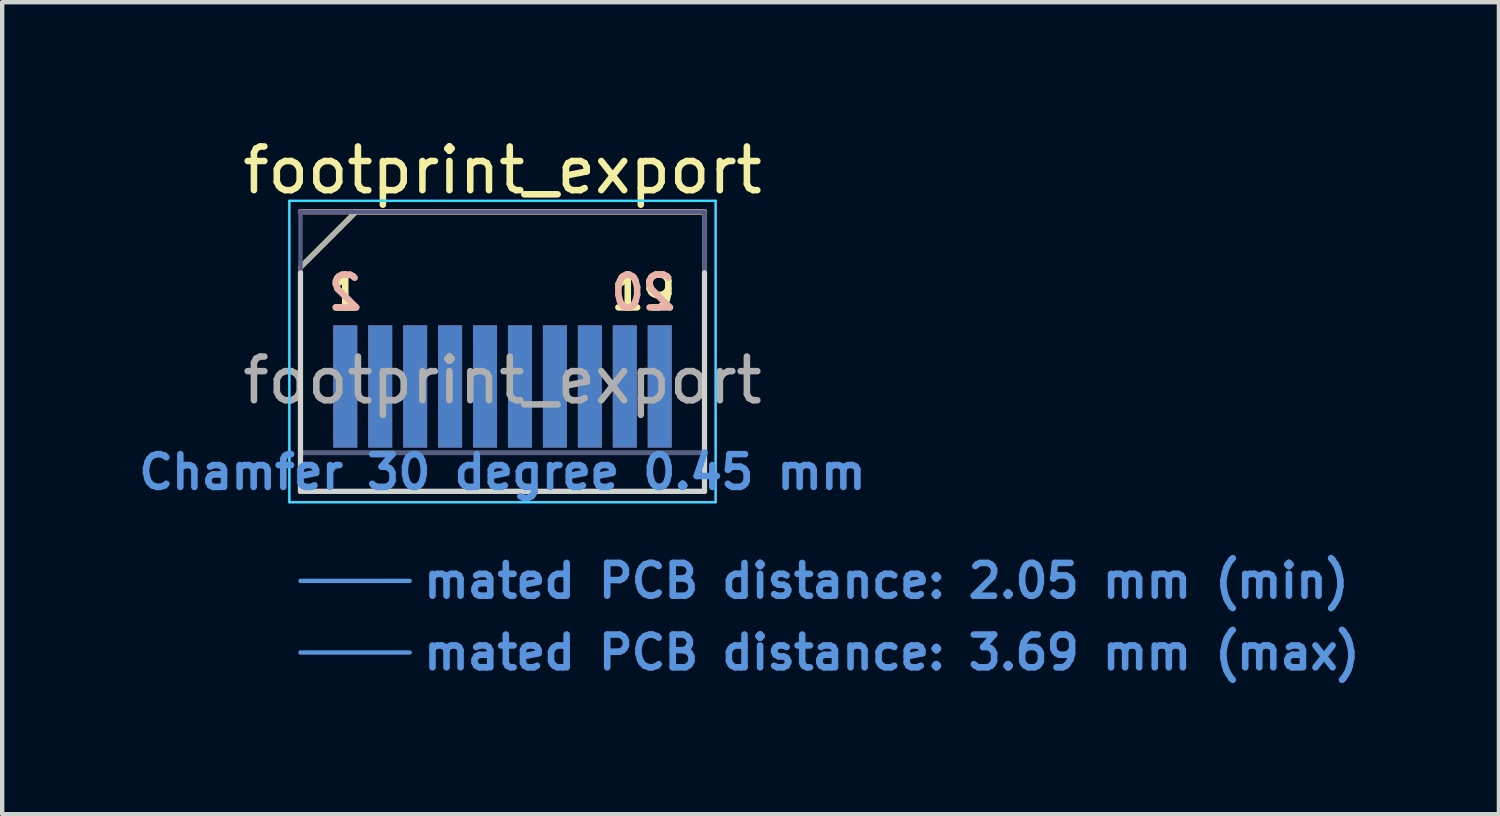
<source format=kicad_pcb>
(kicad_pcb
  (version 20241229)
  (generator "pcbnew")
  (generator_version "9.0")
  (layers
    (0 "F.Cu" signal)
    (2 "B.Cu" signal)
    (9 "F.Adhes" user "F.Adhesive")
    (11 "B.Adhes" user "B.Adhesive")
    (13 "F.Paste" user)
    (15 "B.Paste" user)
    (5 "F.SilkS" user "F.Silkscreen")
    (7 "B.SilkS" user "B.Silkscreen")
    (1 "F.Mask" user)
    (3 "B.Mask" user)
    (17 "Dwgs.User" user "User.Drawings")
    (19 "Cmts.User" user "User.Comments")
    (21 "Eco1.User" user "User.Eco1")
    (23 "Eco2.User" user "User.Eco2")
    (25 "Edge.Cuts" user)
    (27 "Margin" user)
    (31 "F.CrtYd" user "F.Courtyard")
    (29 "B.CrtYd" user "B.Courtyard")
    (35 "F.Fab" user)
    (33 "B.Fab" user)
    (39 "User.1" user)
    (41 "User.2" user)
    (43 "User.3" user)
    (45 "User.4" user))
  (footprint "footprint_export"
    (layer "F.Cu")
    (at 8.454 8.198)
    (property "Reference" "footprint_export" (at 0 -7.35 0) (layer "F.SilkS") (effects (font (size 1 1) (thickness 0.15))))
    (attr exclude_from_pos_files exclude_from_bom)
    (fp_line (start -4.625 -5.13) (end -3.355 -6.4) (stroke (width 0.12) (type solid)) (layer "F.SilkS"))
    (fp_line (start -3.355 -6.4) (end 4.625 -6.4) (stroke (width 0.12) (type solid)) (layer "F.SilkS"))
    (fp_line (start -4.625 -6.4) (end -4.625 -6.4) (stroke (width 0.12) (type solid)) (layer "B.SilkS"))
    (fp_line (start -4.625 -6.4) (end 4.625 -6.4) (stroke (width 0.12) (type solid)) (layer "B.SilkS"))
    (fp_line (start -4.625 2.05) (end -2.125 2.05) (stroke (width 0.1) (type solid)) (layer "Cmts.User"))
    (fp_line (start -4.625 3.69) (end -2.125 3.69) (stroke (width 0.1) (type solid)) (layer "Cmts.User"))
    (fp_line (start -4.625 -5) (end -4.625 0) (stroke (width 0.12) (type solid)) (layer "Edge.Cuts"))
    (fp_line (start -4.625 0) (end 4.625 0) (stroke (width 0.12) (type solid)) (layer "Edge.Cuts"))
    (fp_line (start 4.625 0) (end 4.625 -5) (stroke (width 0.12) (type solid)) (layer "Edge.Cuts"))
    (fp_line (start -4.88 -6.65) (end -4.88 0.25) (stroke (width 0.05) (type solid)) (layer "B.CrtYd"))
    (fp_line (start -4.88 0.25) (end 4.88 0.25) (stroke (width 0.05) (type solid)) (layer "B.CrtYd"))
    (fp_line (start 4.88 -6.65) (end -4.88 -6.65) (stroke (width 0.05) (type solid)) (layer "B.CrtYd"))
    (fp_line (start 4.88 0.25) (end 4.88 -6.65) (stroke (width 0.05) (type solid)) (layer "B.CrtYd"))
    (fp_line (start -4.88 -6.65) (end -4.88 0.25) (stroke (width 0.05) (type solid)) (layer "F.CrtYd"))
    (fp_line (start -4.88 0.25) (end 4.88 0.25) (stroke (width 0.05) (type solid)) (layer "F.CrtYd"))
    (fp_line (start 4.88 -6.65) (end -4.88 -6.65) (stroke (width 0.05) (type solid)) (layer "F.CrtYd"))
    (fp_line (start 4.88 0.25) (end 4.88 -6.65) (stroke (width 0.05) (type solid)) (layer "F.CrtYd"))
    (fp_line (start -4.625 -6.4) (end -4.625 -6.4) (stroke (width 0.1) (type solid)) (layer "B.Fab"))
    (fp_line (start -4.625 -6.4) (end -4.625 0) (stroke (width 0.1) (type solid)) (layer "B.Fab"))
    (fp_line (start -4.625 -6.4) (end 4.625 -6.4) (stroke (width 0.1) (type solid)) (layer "B.Fab"))
    (fp_line (start -4.625 -0.88) (end 4.625 -0.88) (stroke (width 0.1) (type solid)) (layer "B.Fab"))
    (fp_line (start -4.625 0) (end 4.625 0) (stroke (width 0.1) (type solid)) (layer "B.Fab"))
    (fp_line (start 4.625 -6.4) (end 4.625 0) (stroke (width 0.1) (type solid)) (layer "B.Fab"))
    (fp_line (start -4.625 -5.13) (end -4.625 0) (stroke (width 0.1) (type solid)) (layer "F.Fab"))
    (fp_line (start -4.625 -5.13) (end -3.355 -6.4) (stroke (width 0.1) (type solid)) (layer "F.Fab"))
    (fp_line (start -4.625 -0.88) (end 4.625 -0.88) (stroke (width 0.1) (type solid)) (layer "F.Fab"))
    (fp_line (start -4.625 0) (end 4.625 0) (stroke (width 0.1) (type solid)) (layer "F.Fab"))
    (fp_line (start -3.355 -6.4) (end 4.625 -6.4) (stroke (width 0.1) (type solid)) (layer "F.Fab"))
    (fp_line (start 4.625 -6.4) (end 4.625 0) (stroke (width 0.1) (type solid)) (layer "F.Fab"))
    (fp_text user "19" (at 3.225 -4.55 0) (layer "F.SilkS") (effects (font (size 0.75 0.75) (thickness 0.15))))
    (fp_text user "1" (at -3.6 -4.55 0) (layer "F.SilkS") (effects (font (size 0.75 0.75) (thickness 0.15))))
    (fp_text user "2" (at -3.6 -4.55 0) (layer "B.SilkS") (effects (font (size 0.75 0.75) (thickness 0.15)) (justify mirror)))
    (fp_text user "20" (at 3.225 -4.55 0) (layer "B.SilkS") (effects (font (size 0.75 0.75) (thickness 0.15)) (justify mirror)))
    (fp_text user "Chamfer 30 degree 0.45 mm" (at 0 -0.44 0) (layer "Cmts.User") (effects (font (size 0.75 0.75) (thickness 0.15))))
    (fp_text user "mated PCB distance: 2.05 mm (min)" (at -1.88 2.05 0) (layer "Cmts.User") (effects (font (size 0.75 0.75) (thickness 0.15)) (justify left)))
    (fp_text user "mated PCB distance: 3.69 mm (max)" (at -1.88 3.69 0) (layer "Cmts.User") (effects (font (size 0.75 0.75) (thickness 0.15)) (justify left)))
    (fp_text user "${REFERENCE}" (at 0 -2.54 0) (layer "F.Fab") (effects (font (size 1 1) (thickness 0.15))))
    (pad "1" connect rect (at -3.6 -2.4) (size 0.55 2.8) (layers "F.Cu" "F.Mask"))
    (pad "2" connect rect (at -3.6 -2.4) (size 0.55 2.8) (layers "B.Cu" "B.Mask"))
    (pad "3" connect rect (at -2.8 -2.4) (size 0.55 2.8) (layers "F.Cu" "F.Mask"))
    (pad "4" connect rect (at -2.8 -2.4) (size 0.55 2.8) (layers "B.Cu" "B.Mask"))
    (pad "5" connect rect (at -2 -2.4) (size 0.55 2.8) (layers "F.Cu" "F.Mask"))
    (pad "6" connect rect (at -2 -2.4) (size 0.55 2.8) (layers "B.Cu" "B.Mask"))
    (pad "7" connect rect (at -1.2 -2.4) (size 0.55 2.8) (layers "F.Cu" "F.Mask"))
    (pad "8" connect rect (at -1.2 -2.4) (size 0.55 2.8) (layers "B.Cu" "B.Mask"))
    (pad "9" connect rect (at -0.4 -2.4) (size 0.55 2.8) (layers "F.Cu" "F.Mask"))
    (pad "10" connect rect (at -0.4 -2.4) (size 0.55 2.8) (layers "B.Cu" "B.Mask"))
    (pad "11" connect rect (at 0.4 -2.4) (size 0.55 2.8) (layers "F.Cu" "F.Mask"))
    (pad "12" connect rect (at 0.4 -2.4) (size 0.55 2.8) (layers "B.Cu" "B.Mask"))
    (pad "13" connect rect (at 1.2 -2.4) (size 0.55 2.8) (layers "F.Cu" "F.Mask"))
    (pad "14" connect rect (at 1.2 -2.4) (size 0.55 2.8) (layers "B.Cu" "B.Mask"))
    (pad "15" connect rect (at 2 -2.4) (size 0.55 2.8) (layers "F.Cu" "F.Mask"))
    (pad "16" connect rect (at 2 -2.4) (size 0.55 2.8) (layers "B.Cu" "B.Mask"))
    (pad "17" connect rect (at 2.8 -2.4) (size 0.55 2.8) (layers "F.Cu" "F.Mask"))
    (pad "18" connect rect (at 2.8 -2.4) (size 0.55 2.8) (layers "B.Cu" "B.Mask"))
    (pad "19" connect rect (at 3.6 -2.4) (size 0.55 2.8) (layers "F.Cu" "F.Mask"))
    (pad "20" connect rect (at 3.6 -2.4) (size 0.55 2.8) (layers "B.Cu" "B.Mask")))
  (gr_rect
    (start -3 -3)
    (end 31.266 15.59)
    (stroke (width 0.1) (type default))
    (fill no)
    (layer "Edge.Cuts")))
</source>
